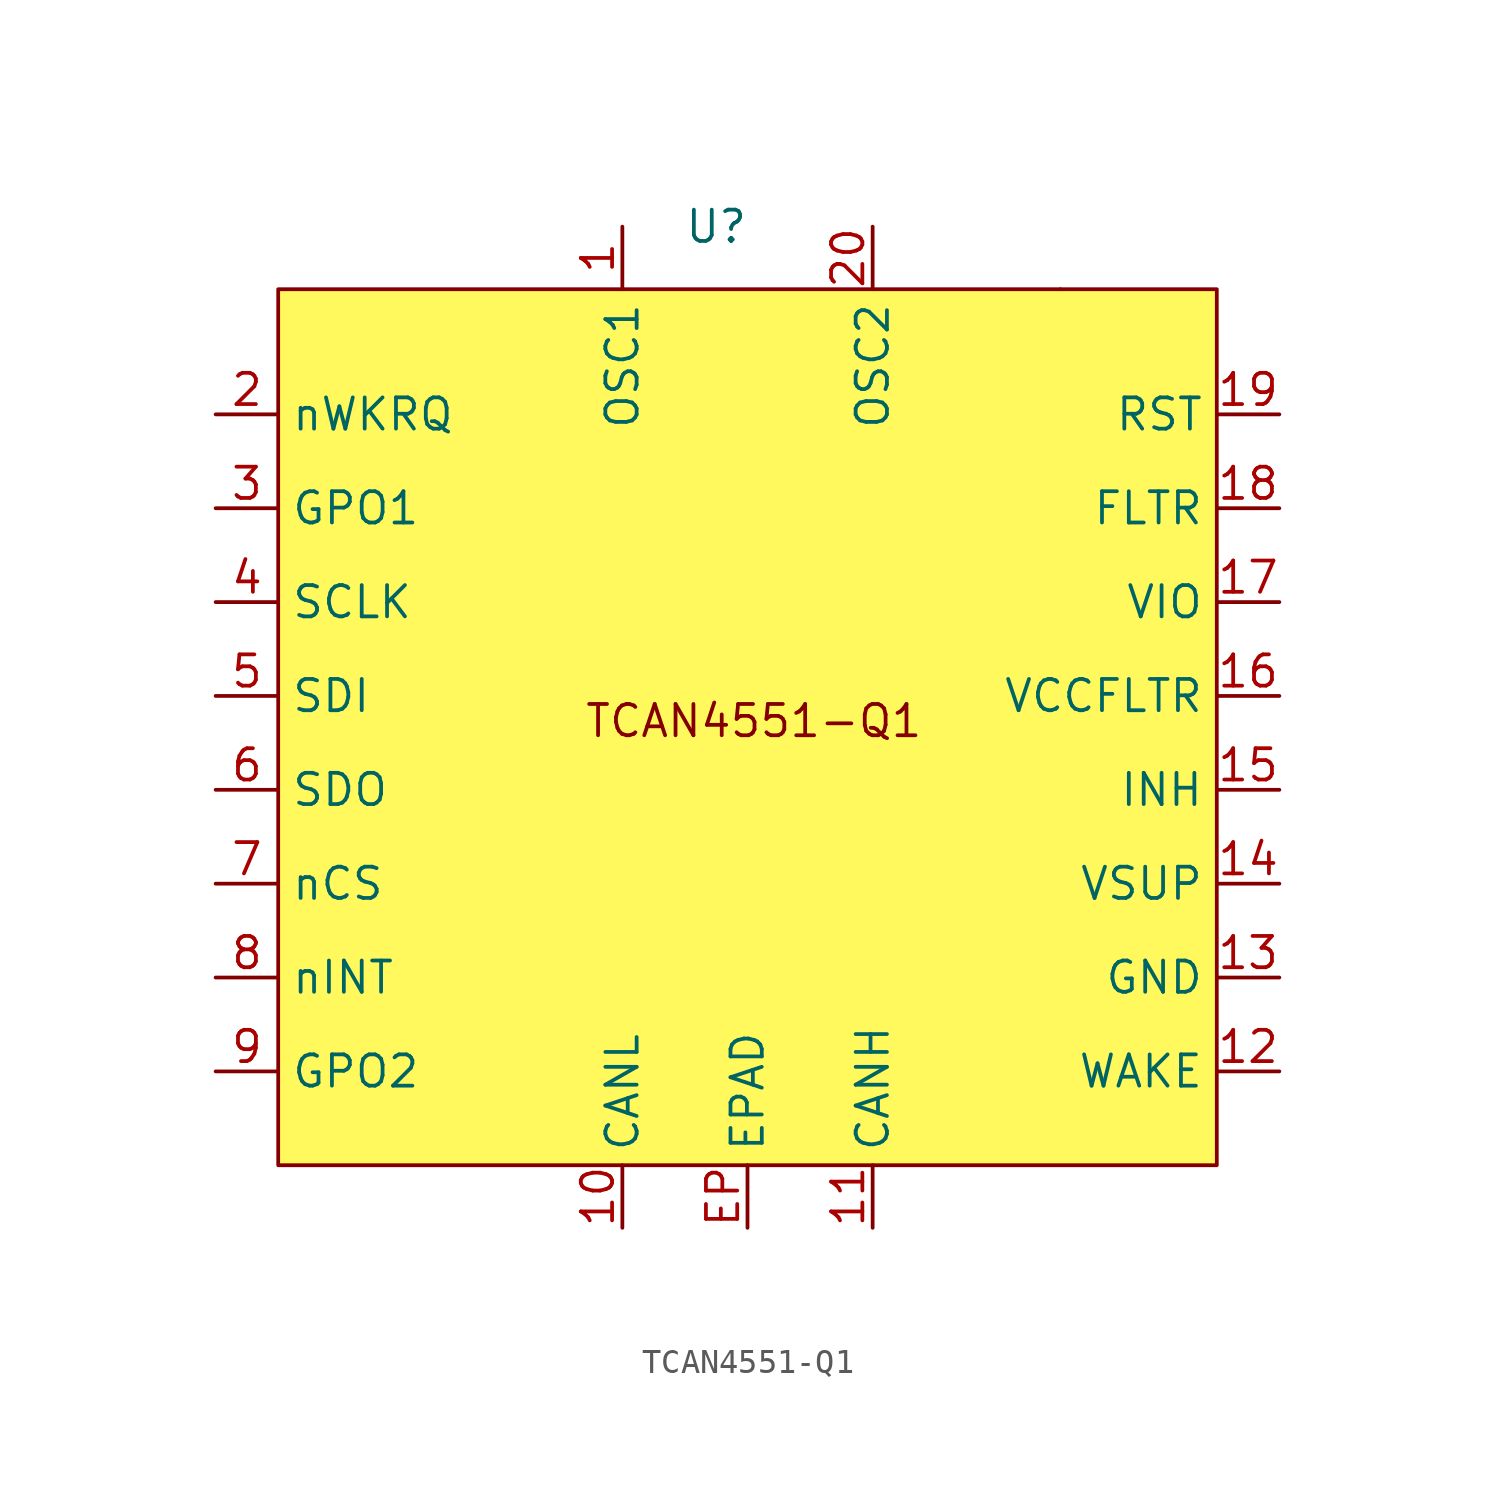
<source format=kicad_sym>
(kicad_symbol_lib
  (version 20241209)
  (generator "kicad_symbol_editor")
  (generator_version "9.0")
  (symbol "TCAN4551-Q1"
    (property "Reference" "U"
      (at 0 0 0)
      (effects (font (size 1.27 1.27))))
    (property "Value" ""
      (at 0 0 0)
      (effects (font (size 1.27 1.27))))
    (symbol "TCAN4551-Q1_0_1"
      (rectangle (start 13.97 -2.54) (end 13.97 -2.54) (stroke (width 0) (type default)) (fill (type none))))
    (symbol "TCAN4551-Q1_1_1"
      (rectangle (start -17.78 -2.54) (end 20.32 -38.1) (stroke (width 0) (type solid)) (fill (type color) (color 255 249 94 1)))
      (text "TCAN4551-Q1" (at 1.524 -20.066 0) (effects (font (size 1.27 1.27))))
      (pin output line (at -20.32 -7.62 0) (length 2.54) (name "nWKRQ" (effects (font (size 1.27 1.27)))) (number "2" (effects (font (size 1.27 1.27)))))
      (pin output line (at -20.32 -11.43 0) (length 2.54) (name "GPO1" (effects (font (size 1.27 1.27)))) (number "3" (effects (font (size 1.27 1.27)))))
      (pin input line (at -20.32 -15.24 0) (length 2.54) (name "SCLK" (effects (font (size 1.27 1.27)))) (number "4" (effects (font (size 1.27 1.27)))))
      (pin input line (at -20.32 -19.05 0) (length 2.54) (name "SDI" (effects (font (size 1.27 1.27)))) (number "5" (effects (font (size 1.27 1.27)))))
      (pin output line (at -20.32 -22.86 0) (length 2.54) (name "SDO" (effects (font (size 1.27 1.27)))) (number "6" (effects (font (size 1.27 1.27)))))
      (pin input line (at -20.32 -26.67 0) (length 2.54) (name "nCS" (effects (font (size 1.27 1.27)))) (number "7" (effects (font (size 1.27 1.27)))))
      (pin output line (at -20.32 -30.48 0) (length 2.54) (name "nINT" (effects (font (size 1.27 1.27)))) (number "8" (effects (font (size 1.27 1.27)))))
      (pin output line (at -20.32 -34.29 0) (length 2.54) (name "GPO2" (effects (font (size 1.27 1.27)))) (number "9" (effects (font (size 1.27 1.27)))))
      (pin input line (at -3.81 0 270) (length 2.54) (name "OSC1" (effects (font (size 1.27 1.27)))) (number "1" (effects (font (size 1.27 1.27)))))
      (pin passive line (at -3.81 -40.64 90) (length 2.54) (name "CANL" (effects (font (size 1.27 1.27)))) (number "10" (effects (font (size 1.27 1.27)))))
      (pin power_in line (at 1.27 -40.64 90) (length 2.54) (name "EPAD" (effects (font (size 1.27 1.27)))) (number "EP" (effects (font (size 1.27 1.27)))))
      (pin output line (at 6.35 0 270) (length 2.54) (name "OSC2" (effects (font (size 1.27 1.27)))) (number "20" (effects (font (size 1.27 1.27)))))
      (pin passive line (at 6.35 -40.64 90) (length 2.54) (name "CANH" (effects (font (size 1.27 1.27)))) (number "11" (effects (font (size 1.27 1.27)))))
      (pin input line (at 22.86 -7.62 180) (length 2.54) (name "RST" (effects (font (size 1.27 1.27)))) (number "19" (effects (font (size 1.27 1.27)))))
      (pin power_in line (at 22.86 -11.43 180) (length 2.54) (name "FLTR" (effects (font (size 1.27 1.27)))) (number "18" (effects (font (size 1.27 1.27)))))
      (pin power_in line (at 22.86 -15.24 180) (length 2.54) (name "VIO" (effects (font (size 1.27 1.27)))) (number "17" (effects (font (size 1.27 1.27)))))
      (pin power_in line (at 22.86 -19.05 180) (length 2.54) (name "VCCFLTR" (effects (font (size 1.27 1.27)))) (number "16" (effects (font (size 1.27 1.27)))))
      (pin output line (at 22.86 -22.86 180) (length 2.54) (name "INH" (effects (font (size 1.27 1.27)))) (number "15" (effects (font (size 1.27 1.27)))))
      (pin power_in line (at 22.86 -26.67 180) (length 2.54) (name "VSUP" (effects (font (size 1.27 1.27)))) (number "14" (effects (font (size 1.27 1.27)))))
      (pin power_in line (at 22.86 -30.48 180) (length 2.54) (name "GND" (effects (font (size 1.27 1.27)))) (number "13" (effects (font (size 1.27 1.27)))))
      (pin input line (at 22.86 -34.29 180) (length 2.54) (name "WAKE" (effects (font (size 1.27 1.27)))) (number "12" (effects (font (size 1.27 1.27))))))))
</source>
